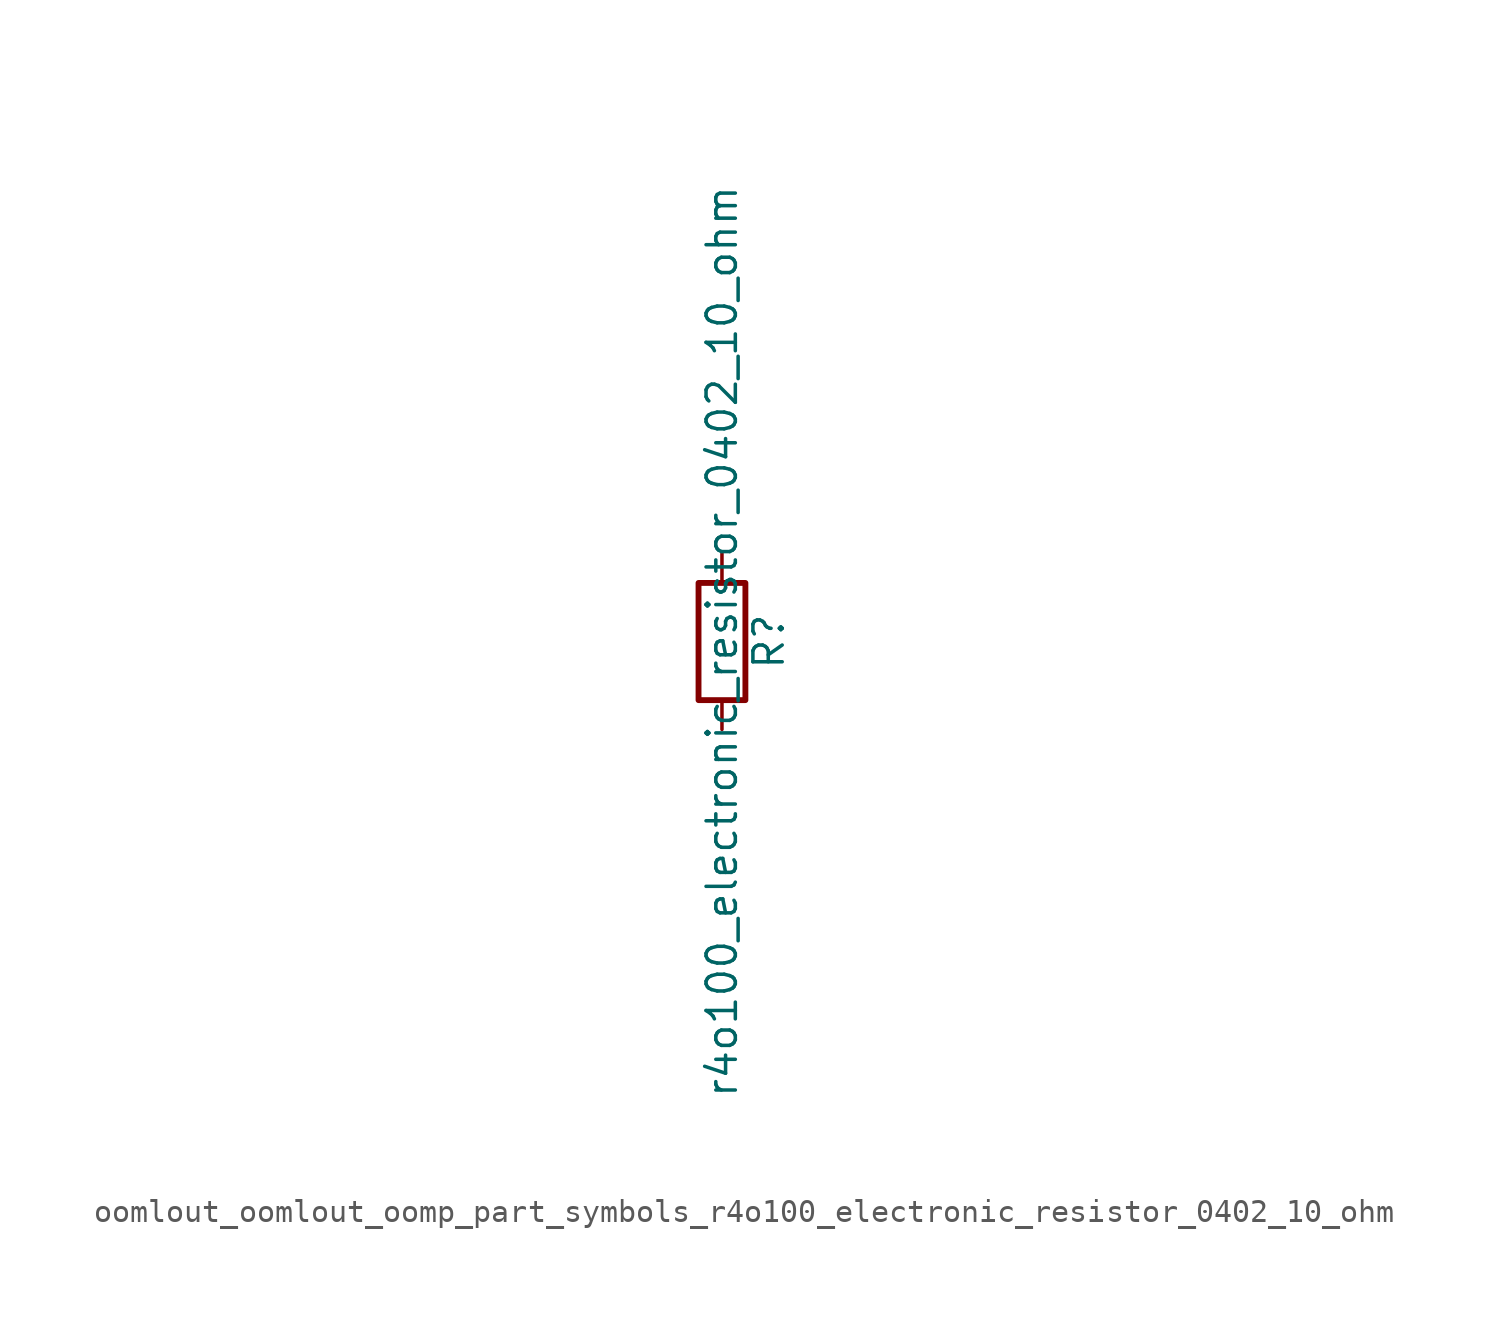
<source format=kicad_sym>
(kicad_symbol_lib
  (version 20220914)
  (generator kicad_symbol_editor)
  (symbol "oomlout_oomlout_oomp_part_symbols_r4o100_electronic_resistor_0402_10_ohm"
    (pin_numbers hide)
    (pin_names
      (offset 0))
    (property "Reference" "R"
      (at 2.032 0 90)
      (effects (font (size 1.27 1.27))))
    (property "Value" "r4o100_electronic_resistor_0402_10_ohm"
      (at 0 0 90)
      (effects (font (size 1.27 1.27))))
    (symbol "oomlout_oomlout_oomp_part_symbols_r4o100_electronic_resistor_0402_10_ohm_0_1"
      (rectangle (start -1.016 -2.54) (end 1.016 2.54) (stroke (width 0.254) (type default)) (fill (type none))))
    (symbol "oomlout_oomlout_oomp_part_symbols_r4o100_electronic_resistor_0402_10_ohm_1_1"
      (pin passive line (at 0 3.81 270) (length 1.27) (name "~" (effects (font (size 1.27 1.27)))) (number "1" (effects (font (size 1.27 1.27)))))
      (pin passive line (at 0 -3.81 90) (length 1.27) (name "~" (effects (font (size 1.27 1.27)))) (number "2" (effects (font (size 1.27 1.27))))))))
</source>
